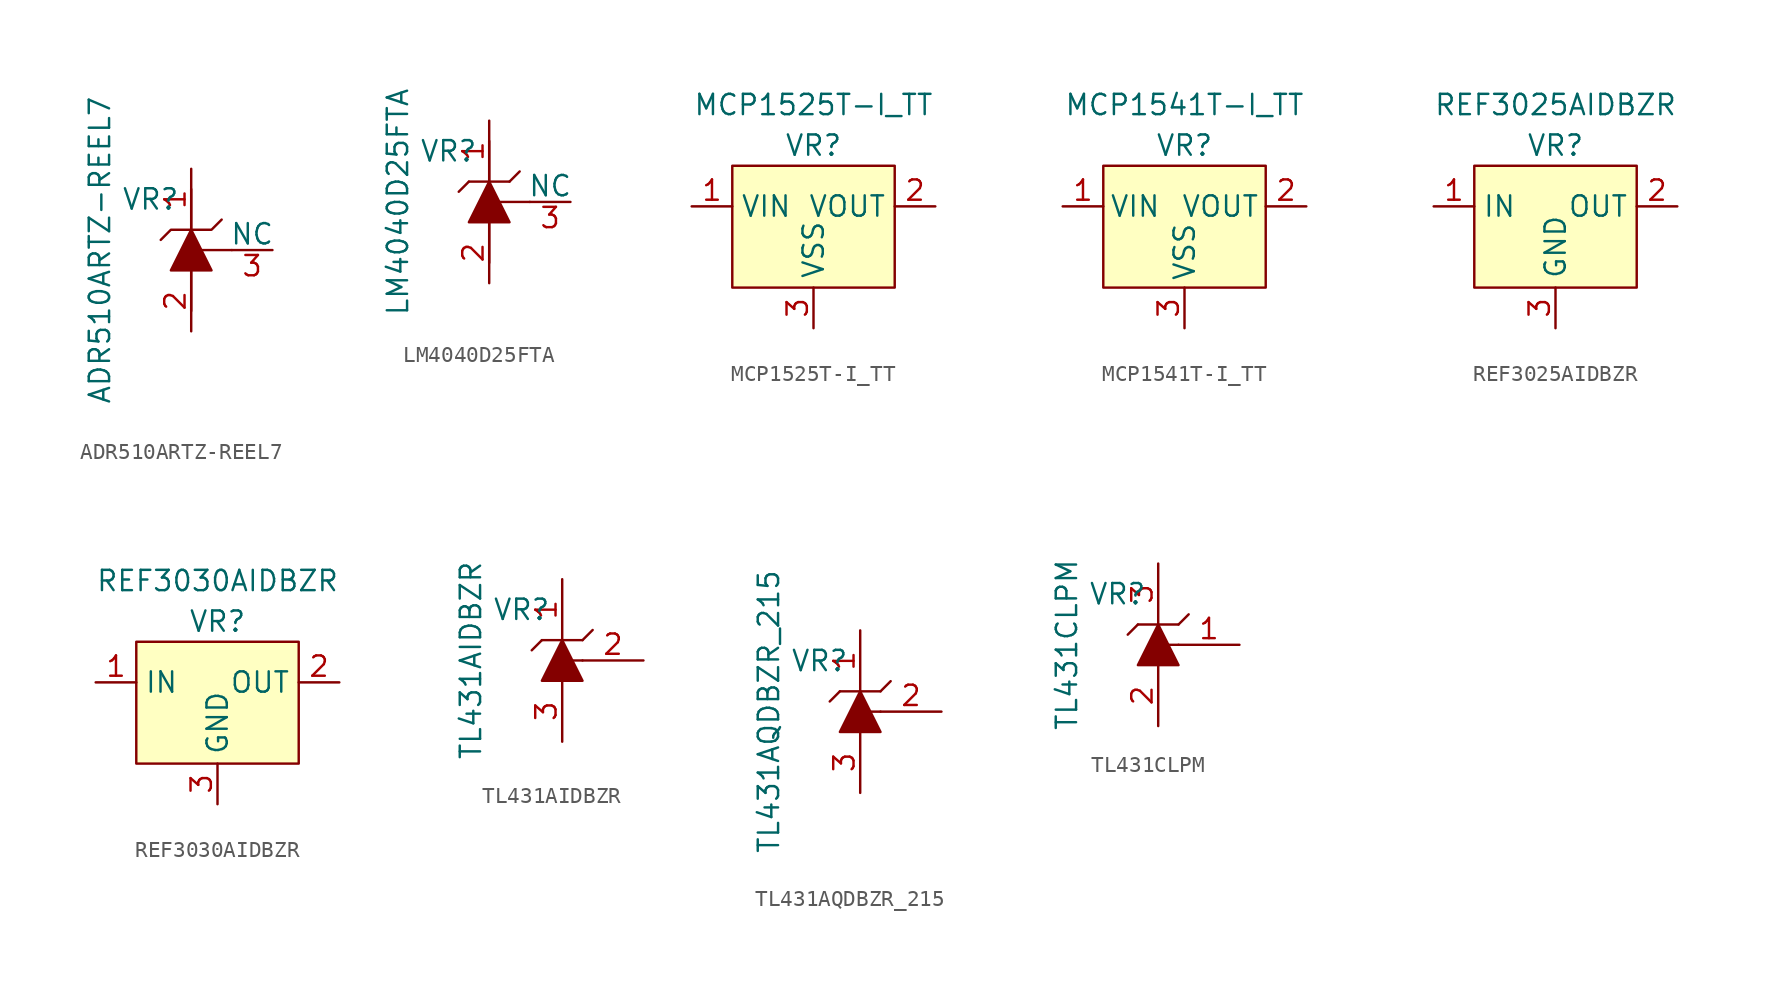
<source format=kicad_sym>
(kicad_symbol_lib
  (version 20201005)
  (generator kicad_symbol_editor)
  (symbol "ADR510ARTZ-REEL7"
    (pin_names
      (offset 0))
    (property "Reference" "VR"
      (at -2.54 3.175 0)
      (effects (font (size 1.27 1.27))))
    (property "Value" "ADR510ARTZ-REEL7"
      (at -5.715 0 90)
      (effects (font (size 1.27 1.27))))
    (symbol "ADR510ARTZ-REEL7_0_1"
      (polyline (pts (xy 0 -1.27) (xy 0 -3.81)) (stroke (width 0)) (fill (type none)))
      (polyline (pts (xy 0 1.27) (xy 0 3.81)) (stroke (width 0)) (fill (type none)))
      (polyline (pts (xy 2.54 0) (xy 0.635 0)) (stroke (width 0)) (fill (type none)))
      (polyline (pts (xy 0 1.27) (xy 1.27 -1.27) (xy -1.27 -1.27) (xy 0 1.27)) (stroke (width 0)) (fill (type outline)))
      (polyline (pts (xy 1.905 1.905) (xy 1.27 1.27) (xy -1.27 1.27) (xy -1.905 0.635)) (stroke (width 0)) (fill (type none))))
    (symbol "ADR510ARTZ-REEL7_1_1"
      (pin passive line (at 0 5.08 270) (length 3.81) (name "~" (effects (font (size 1.27 1.27)))) (number "1" (effects (font (size 1.27 1.27)))))
      (pin passive line (at 0 -5.08 90) (length 3.81) (name "~" (effects (font (size 1.27 1.27)))) (number "2" (effects (font (size 1.27 1.27)))))
      (pin unspecified line (at 5.08 0 180) (length 2.54) (name "NC" (effects (font (size 1.27 1.27)))) (number "3" (effects (font (size 1.27 1.27)))))))
  (symbol "LM4040D25FTA"
    (pin_names
      (offset 0))
    (property "Reference" "VR"
      (at -2.54 3.175 0)
      (effects (font (size 1.27 1.27))))
    (property "Value" "LM4040D25FTA"
      (at -5.715 0 90)
      (effects (font (size 1.27 1.27))))
    (symbol "LM4040D25FTA_0_1"
      (polyline (pts (xy -1.27 1.27) (xy -1.905 0.635)) (stroke (width 0)) (fill (type none)))
      (polyline (pts (xy -1.27 1.27) (xy 1.27 1.27)) (stroke (width 0)) (fill (type none)))
      (polyline (pts (xy 0 -3.81) (xy 0 -1.27)) (stroke (width 0)) (fill (type outline)))
      (polyline (pts (xy 0 1.27) (xy 0 3.81)) (stroke (width 0)) (fill (type none)))
      (polyline (pts (xy 1.27 1.27) (xy 1.905 1.905)) (stroke (width 0)) (fill (type none)))
      (polyline (pts (xy 2.54 0) (xy 0.635 0)) (stroke (width 0)) (fill (type none)))
      (polyline (pts (xy -1.27 -1.27) (xy 1.27 -1.27) (xy 0 1.27) (xy -1.27 -1.27)) (stroke (width 0)) (fill (type outline))))
    (symbol "LM4040D25FTA_1_1"
      (pin passive line (at 0 5.08 270) (length 3.81) (name "~" (effects (font (size 1.27 1.27)))) (number "1" (effects (font (size 1.27 1.27)))))
      (pin passive line (at 0 -5.08 90) (length 3.81) (name "~" (effects (font (size 1.27 1.27)))) (number "2" (effects (font (size 1.27 1.27)))))
      (pin unspecified line (at 5.08 0 180) (length 2.54) (name "NC" (effects (font (size 1.27 1.27)))) (number "3" (effects (font (size 1.27 1.27)))))))
  (symbol "MCP1525T-I_TT"
    (property "Reference" "VR"
      (at 0 3.81 0)
      (effects (font (size 1.27 1.27))))
    (property "Value" "MCP1525T-I_TT"
      (at 0 6.35 0)
      (effects (font (size 1.27 1.27))))
    (symbol "MCP1525T-I_TT_0_1"
      (rectangle (start -5.08 2.54) (end 5.08 -5.08) (stroke (width 0)) (fill (type background))))
    (symbol "MCP1525T-I_TT_1_1"
      (pin power_in line (at -7.62 0 0) (length 2.54) (name "VIN" (effects (font (size 1.27 1.27)))) (number "1" (effects (font (size 1.27 1.27)))))
      (pin output line (at 7.62 0 180) (length 2.54) (name "VOUT" (effects (font (size 1.27 1.27)))) (number "2" (effects (font (size 1.27 1.27)))))
      (pin power_in line (at 0 -7.62 90) (length 2.54) (name "VSS" (effects (font (size 1.27 1.27)))) (number "3" (effects (font (size 1.27 1.27)))))))
  (symbol "MCP1541T-I_TT"
    (pin_names
      (offset 0.381))
    (property "Reference" "VR"
      (at 0 3.81 0)
      (effects (font (size 1.27 1.27))))
    (property "Value" "MCP1541T-I_TT"
      (at 0 6.35 0)
      (effects (font (size 1.27 1.27))))
    (symbol "MCP1541T-I_TT_0_1"
      (rectangle (start -5.08 2.54) (end 5.08 -5.08) (stroke (width 0)) (fill (type background))))
    (symbol "MCP1541T-I_TT_1_1"
      (pin power_in line (at -7.62 0 0) (length 2.54) (name "VIN" (effects (font (size 1.27 1.27)))) (number "1" (effects (font (size 1.27 1.27)))))
      (pin output line (at 7.62 0 180) (length 2.54) (name "VOUT" (effects (font (size 1.27 1.27)))) (number "2" (effects (font (size 1.27 1.27)))))
      (pin power_in line (at 0 -7.62 90) (length 2.54) (name "VSS" (effects (font (size 1.27 1.27)))) (number "3" (effects (font (size 1.27 1.27)))))))
  (symbol "REF3025AIDBZR"
    (property "Reference" "VR"
      (at 0 3.81 0)
      (effects (font (size 1.27 1.27))))
    (property "Value" "REF3025AIDBZR"
      (at 0 6.35 0)
      (effects (font (size 1.27 1.27))))
    (symbol "REF3025AIDBZR_1_1"
      (rectangle (start 5.08 2.54) (end -5.08 -5.08) (stroke (width 0)) (fill (type background)))
      (pin power_in line (at -7.62 0 0) (length 2.54) (name "IN" (effects (font (size 1.27 1.27)))) (number "1" (effects (font (size 1.27 1.27)))))
      (pin output line (at 7.62 0 180) (length 2.54) (name "OUT" (effects (font (size 1.27 1.27)))) (number "2" (effects (font (size 1.27 1.27)))))
      (pin power_in line (at 0 -7.62 90) (length 2.54) (name "GND" (effects (font (size 1.27 1.27)))) (number "3" (effects (font (size 1.27 1.27)))))))
  (symbol "REF3030AIDBZR"
    (property "Reference" "VR"
      (at 0 3.81 0)
      (effects (font (size 1.27 1.27))))
    (property "Value" "REF3030AIDBZR"
      (at 0 6.35 0)
      (effects (font (size 1.27 1.27))))
    (symbol "REF3030AIDBZR_1_1"
      (rectangle (start -5.08 2.54) (end 5.08 -5.08) (stroke (width 0)) (fill (type background)))
      (pin power_in line (at -7.62 0 0) (length 2.54) (name "IN" (effects (font (size 1.27 1.27)))) (number "1" (effects (font (size 1.27 1.27)))))
      (pin output line (at 7.62 0 180) (length 2.54) (name "OUT" (effects (font (size 1.27 1.27)))) (number "2" (effects (font (size 1.27 1.27)))))
      (pin power_in line (at 0 -7.62 90) (length 2.54) (name "GND" (effects (font (size 1.27 1.27)))) (number "3" (effects (font (size 1.27 1.27)))))))
  (symbol "TL431AIDBZR"
    (pin_names
      (offset 0) hide)
    (property "Reference" "VR"
      (at -2.54 3.175 0)
      (effects (font (size 1.27 1.27))))
    (property "Value" "TL431AIDBZR"
      (at -5.715 0 90)
      (effects (font (size 1.27 1.27))))
    (symbol "TL431AIDBZR_0_1"
      (polyline (pts (xy -1.905 0.635) (xy -1.27 1.27)) (stroke (width 0)) (fill (type none)))
      (polyline (pts (xy -1.27 1.27) (xy 1.27 1.27)) (stroke (width 0)) (fill (type none)))
      (polyline (pts (xy 0.635 0) (xy 1.27 0)) (stroke (width 0)) (fill (type none)))
      (polyline (pts (xy 1.27 1.27) (xy 1.905 1.905)) (stroke (width 0)) (fill (type none)))
      (polyline (pts (xy -1.27 -1.27) (xy 1.27 -1.27) (xy 0 1.27) (xy -1.27 -1.27)) (stroke (width 0)) (fill (type outline))))
    (symbol "TL431AIDBZR_1_1"
      (pin passive line (at 0 5.08 270) (length 3.81) (name "K" (effects (font (size 1.27 1.27)))) (number "1" (effects (font (size 1.27 1.27)))))
      (pin passive line (at 5.08 0 180) (length 3.81) (name "REF" (effects (font (size 1.27 1.27)))) (number "2" (effects (font (size 1.27 1.27)))))
      (pin passive line (at 0 -5.08 90) (length 3.81) (name "A" (effects (font (size 1.27 1.27)))) (number "3" (effects (font (size 1.27 1.27)))))))
  (symbol "TL431AQDBZR_215"
    (pin_names
      (offset 0) hide)
    (property "Reference" "VR"
      (at -2.54 3.175 0)
      (effects (font (size 1.27 1.27))))
    (property "Value" "TL431AQDBZR_215"
      (at -5.715 0 90)
      (effects (font (size 1.27 1.27))))
    (symbol "TL431AQDBZR_215_0_1"
      (polyline (pts (xy -1.905 0.635) (xy -1.27 1.27)) (stroke (width 0)) (fill (type none)))
      (polyline (pts (xy -1.27 1.27) (xy 1.27 1.27)) (stroke (width 0)) (fill (type none)))
      (polyline (pts (xy 0.635 0) (xy 1.27 0)) (stroke (width 0)) (fill (type none)))
      (polyline (pts (xy 1.27 1.27) (xy 1.905 1.905)) (stroke (width 0)) (fill (type none)))
      (polyline (pts (xy -1.27 -1.27) (xy 1.27 -1.27) (xy 0 1.27) (xy -1.27 -1.27)) (stroke (width 0)) (fill (type outline))))
    (symbol "TL431AQDBZR_215_1_1"
      (pin passive line (at 0 5.08 270) (length 3.81) (name "K" (effects (font (size 1.27 1.27)))) (number "1" (effects (font (size 1.27 1.27)))))
      (pin passive line (at 5.08 0 180) (length 3.81) (name "REF" (effects (font (size 1.27 1.27)))) (number "2" (effects (font (size 1.27 1.27)))))
      (pin passive line (at 0 -5.08 90) (length 3.81) (name "A" (effects (font (size 1.27 1.27)))) (number "3" (effects (font (size 1.27 1.27)))))))
  (symbol "TL431CLPM"
    (pin_names
      (offset 0) hide)
    (property "Reference" "VR"
      (at -2.54 3.175 0)
      (effects (font (size 1.27 1.27))))
    (property "Value" "TL431CLPM"
      (at -5.715 0 90)
      (effects (font (size 1.27 1.27))))
    (symbol "TL431CLPM_0_1"
      (polyline (pts (xy -1.905 0.635) (xy -1.27 1.27)) (stroke (width 0)) (fill (type none)))
      (polyline (pts (xy -1.27 1.27) (xy 1.27 1.27)) (stroke (width 0)) (fill (type none)))
      (polyline (pts (xy 0.635 0) (xy 1.27 0)) (stroke (width 0)) (fill (type none)))
      (polyline (pts (xy 1.27 1.27) (xy 1.905 1.905)) (stroke (width 0)) (fill (type none)))
      (polyline (pts (xy -1.27 -1.27) (xy 1.27 -1.27) (xy 0 1.27) (xy -1.27 -1.27)) (stroke (width 0)) (fill (type outline))))
    (symbol "TL431CLPM_1_1"
      (pin passive line (at 5.08 0 180) (length 3.81) (name "REF" (effects (font (size 1.27 1.27)))) (number "1" (effects (font (size 1.27 1.27)))))
      (pin passive line (at 0 -5.08 90) (length 3.81) (name "A" (effects (font (size 1.27 1.27)))) (number "2" (effects (font (size 1.27 1.27)))))
      (pin passive line (at 0 5.08 270) (length 3.81) (name "K" (effects (font (size 1.27 1.27)))) (number "3" (effects (font (size 1.27 1.27))))))))
</source>
